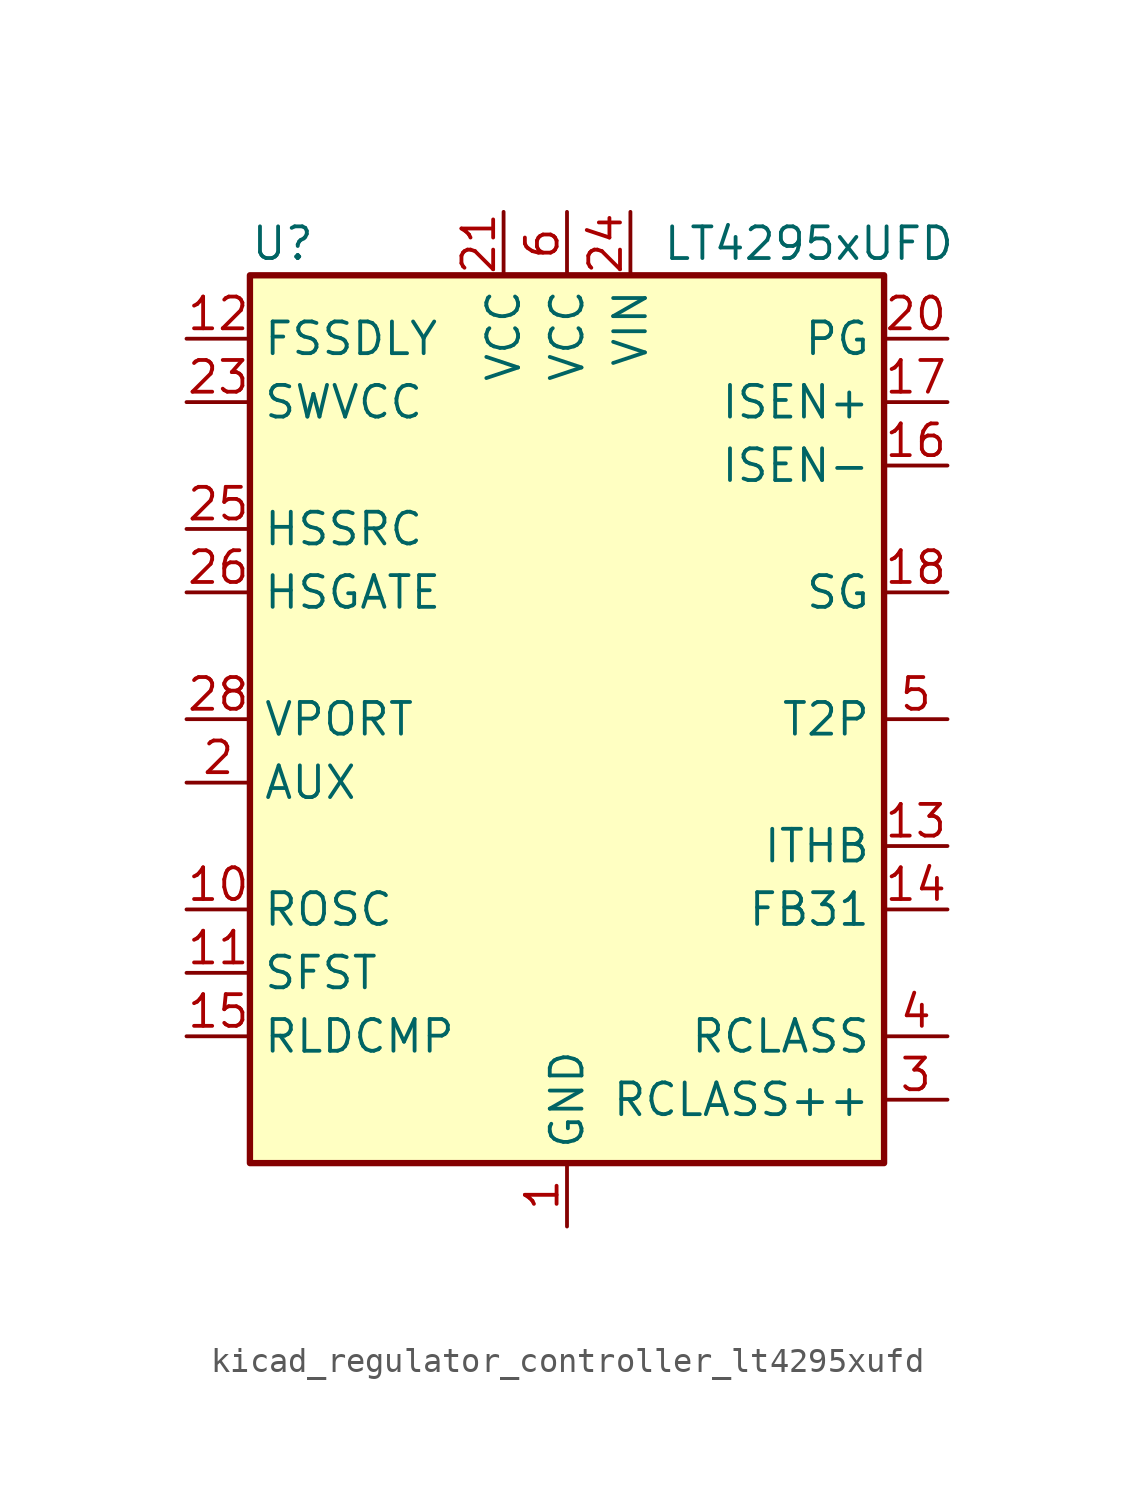
<source format=kicad_sym>
(kicad_symbol_lib
  (version 20220914)
  (generator kicad_symbol_editor)
  (symbol "kicad_regulator_controller_lt4295xufd"
    (property "Reference" "U"
      (at -12.7 19.05 0)
      (effects (font (size 1.27 1.27)) (justify left)))
    (property "Value" "LT4295xUFD"
      (at 3.81 19.05 0)
      (effects (font (size 1.27 1.27)) (justify left)))
    (symbol "kicad_regulator_controller_lt4295xufd_0_1"
      (rectangle (start -12.7 17.78) (end 12.7 -17.78) (stroke (width 0.254) (type default)) (fill (type background))))
    (symbol "kicad_regulator_controller_lt4295xufd_1_1"
      (pin power_in line (at 0 -20.32 90) (length 2.54) (name "GND" (effects (font (size 1.27 1.27)))) (number "1" (effects (font (size 1.27 1.27)))))
      (pin passive line (at -15.24 -7.62 0) (length 2.54) (name "ROSC" (effects (font (size 1.27 1.27)))) (number "10" (effects (font (size 1.27 1.27)))))
      (pin passive line (at -15.24 -10.16 0) (length 2.54) (name "SFST" (effects (font (size 1.27 1.27)))) (number "11" (effects (font (size 1.27 1.27)))))
      (pin input line (at -15.24 15.24 0) (length 2.54) (name "FSSDLY" (effects (font (size 1.27 1.27)))) (number "12" (effects (font (size 1.27 1.27)))))
      (pin input line (at 15.24 -5.08 180) (length 2.54) (name "ITHB" (effects (font (size 1.27 1.27)))) (number "13" (effects (font (size 1.27 1.27)))))
      (pin passive line (at 15.24 -7.62 180) (length 2.54) (name "FB31" (effects (font (size 1.27 1.27)))) (number "14" (effects (font (size 1.27 1.27)))))
      (pin passive line (at -15.24 -12.7 0) (length 2.54) (name "RLDCMP" (effects (font (size 1.27 1.27)))) (number "15" (effects (font (size 1.27 1.27)))))
      (pin passive line (at 15.24 10.16 180) (length 2.54) (name "ISEN-" (effects (font (size 1.27 1.27)))) (number "16" (effects (font (size 1.27 1.27)))))
      (pin passive line (at 15.24 12.7 180) (length 2.54) (name "ISEN+" (effects (font (size 1.27 1.27)))) (number "17" (effects (font (size 1.27 1.27)))))
      (pin output line (at 15.24 5.08 180) (length 2.54) (name "SG" (effects (font (size 1.27 1.27)))) (number "18" (effects (font (size 1.27 1.27)))))
      (pin passive line (at 0 -20.32 90) (length 2.54) hide (name "GND" (effects (font (size 1.27 1.27)))) (number "19" (effects (font (size 1.27 1.27)))))
      (pin input line (at -15.24 -2.54 0) (length 2.54) (name "AUX" (effects (font (size 1.27 1.27)))) (number "2" (effects (font (size 1.27 1.27)))))
      (pin output line (at 15.24 15.24 180) (length 2.54) (name "PG" (effects (font (size 1.27 1.27)))) (number "20" (effects (font (size 1.27 1.27)))))
      (pin power_in line (at -2.54 20.32 270) (length 2.54) (name "VCC" (effects (font (size 1.27 1.27)))) (number "21" (effects (font (size 1.27 1.27)))))
      (pin no_connect line (at -12.7 -15.24 0) (length 2.54) hide (name "DNC" (effects (font (size 1.27 1.27)))) (number "22" (effects (font (size 1.27 1.27)))))
      (pin output line (at -15.24 12.7 0) (length 2.54) (name "SWVCC" (effects (font (size 1.27 1.27)))) (number "23" (effects (font (size 1.27 1.27)))))
      (pin power_in line (at 2.54 20.32 270) (length 2.54) (name "VIN" (effects (font (size 1.27 1.27)))) (number "24" (effects (font (size 1.27 1.27)))))
      (pin input line (at -15.24 7.62 0) (length 2.54) (name "HSSRC" (effects (font (size 1.27 1.27)))) (number "25" (effects (font (size 1.27 1.27)))))
      (pin output line (at -15.24 5.08 0) (length 2.54) (name "HSGATE" (effects (font (size 1.27 1.27)))) (number "26" (effects (font (size 1.27 1.27)))))
      (pin no_connect line (at -12.7 -17.78 0) (length 2.54) hide (name "NC" (effects (font (size 1.27 1.27)))) (number "27" (effects (font (size 1.27 1.27)))))
      (pin input line (at -15.24 0 0) (length 2.54) (name "VPORT" (effects (font (size 1.27 1.27)))) (number "28" (effects (font (size 1.27 1.27)))))
      (pin passive line (at 0 -20.32 90) (length 2.54) hide (name "GND" (effects (font (size 1.27 1.27)))) (number "29" (effects (font (size 1.27 1.27)))))
      (pin passive line (at 15.24 -15.24 180) (length 2.54) (name "RCLASS++" (effects (font (size 1.27 1.27)))) (number "3" (effects (font (size 1.27 1.27)))))
      (pin passive line (at 15.24 -12.7 180) (length 2.54) (name "RCLASS" (effects (font (size 1.27 1.27)))) (number "4" (effects (font (size 1.27 1.27)))))
      (pin open_collector line (at 15.24 0 180) (length 2.54) (name "T2P" (effects (font (size 1.27 1.27)))) (number "5" (effects (font (size 1.27 1.27)))))
      (pin power_in line (at 0 20.32 270) (length 2.54) (name "VCC" (effects (font (size 1.27 1.27)))) (number "6" (effects (font (size 1.27 1.27)))))
      (pin passive line (at 0 20.32 270) (length 2.54) hide (name "VCC" (effects (font (size 1.27 1.27)))) (number "7" (effects (font (size 1.27 1.27)))))
      (pin passive line (at 0 20.32 270) (length 2.54) hide (name "VCC" (effects (font (size 1.27 1.27)))) (number "8" (effects (font (size 1.27 1.27)))))
      (pin passive line (at 0 20.32 270) (length 2.54) hide (name "VCC" (effects (font (size 1.27 1.27)))) (number "9" (effects (font (size 1.27 1.27))))))))
</source>
